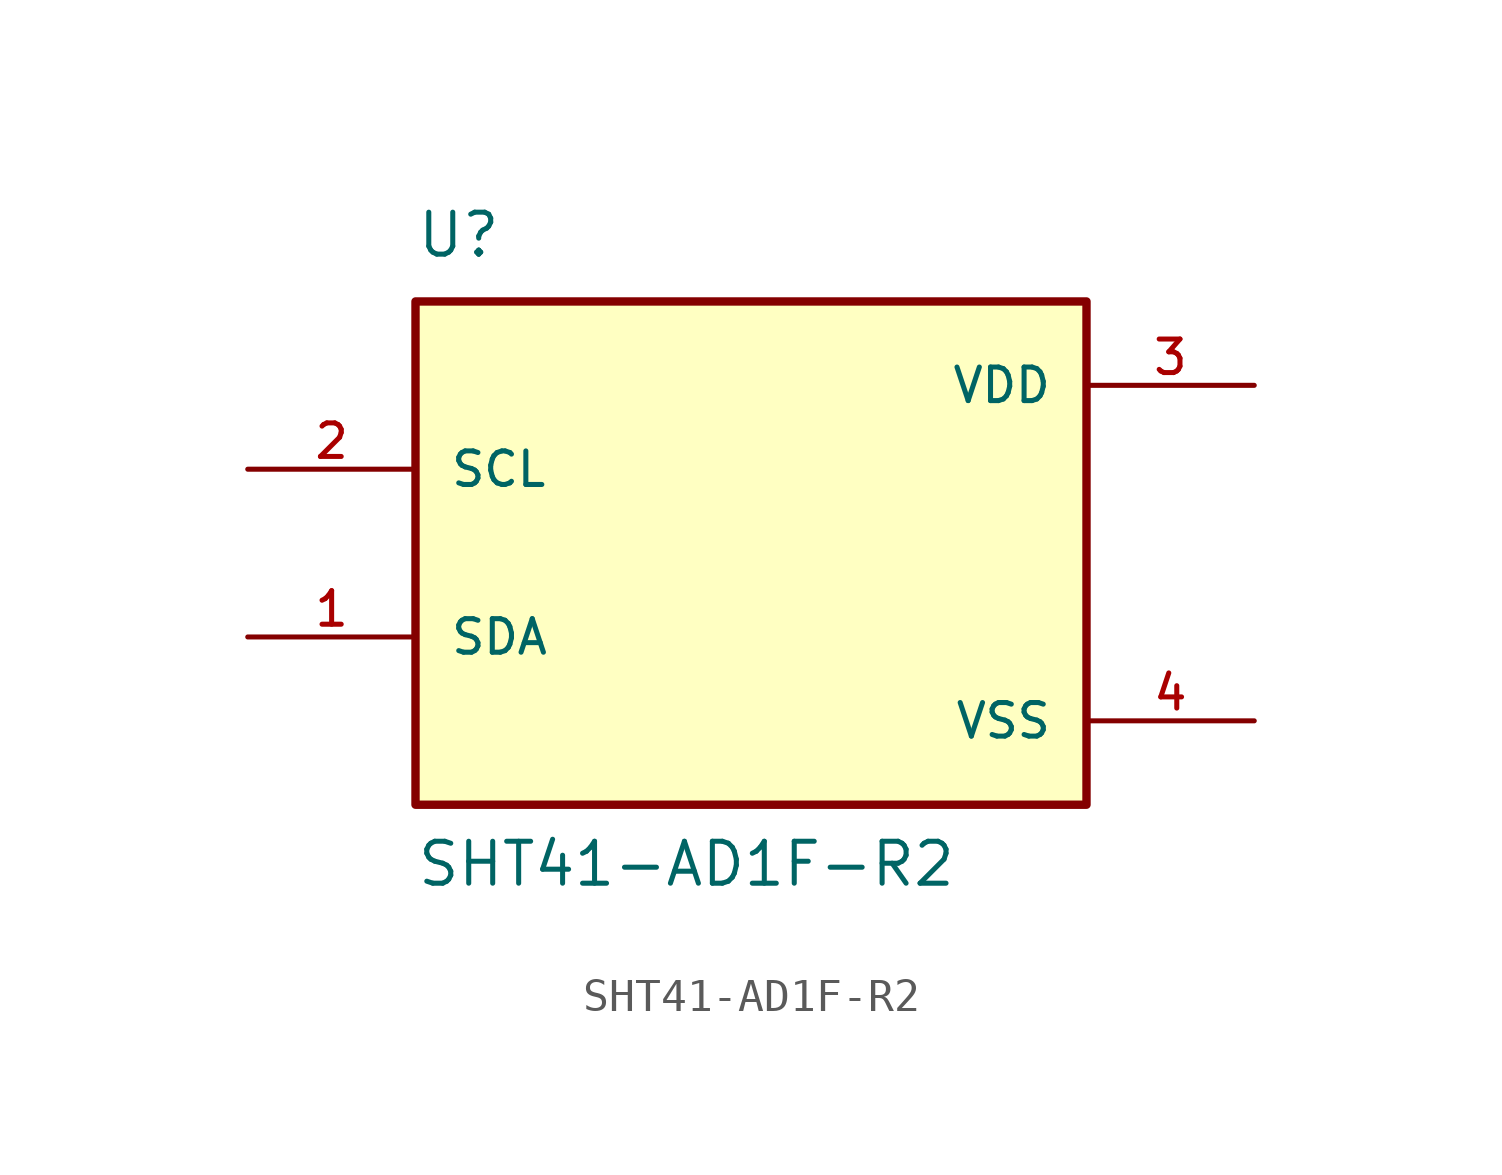
<source format=kicad_sym>
(kicad_symbol_lib
  (version 20220914)
  (generator kicad_symbol_editor)
  (symbol "SHT41-AD1F-R2"
    (pin_names
      (offset 1.016))
    (property "Reference" "U"
      (at -10.16 8.89 0)
      (effects (font (size 1.27 1.27)) (justify left bottom)))
    (property "Value" "SHT41-AD1F-R2"
      (at -10.16 -10.16 0)
      (effects (font (size 1.27 1.27)) (justify left bottom)))
    (symbol "SHT41-AD1F-R2_0_0"
      (rectangle (start -10.16 7.62) (end 10.16 -7.62) (stroke (width 0.254) (type default)) (fill (type background)))
      (pin bidirectional line (at -15.24 -2.54 0) (length 5.08) (name "SDA" (effects (font (size 1.016 1.016)))) (number "1" (effects (font (size 1.016 1.016)))))
      (pin input line (at -15.24 2.54 0) (length 5.08) (name "SCL" (effects (font (size 1.016 1.016)))) (number "2" (effects (font (size 1.016 1.016)))))
      (pin power_in line (at 15.24 5.08 180) (length 5.08) (name "VDD" (effects (font (size 1.016 1.016)))) (number "3" (effects (font (size 1.016 1.016)))))
      (pin power_in line (at 15.24 -5.08 180) (length 5.08) (name "VSS" (effects (font (size 1.016 1.016)))) (number "4" (effects (font (size 1.016 1.016))))))))
</source>
